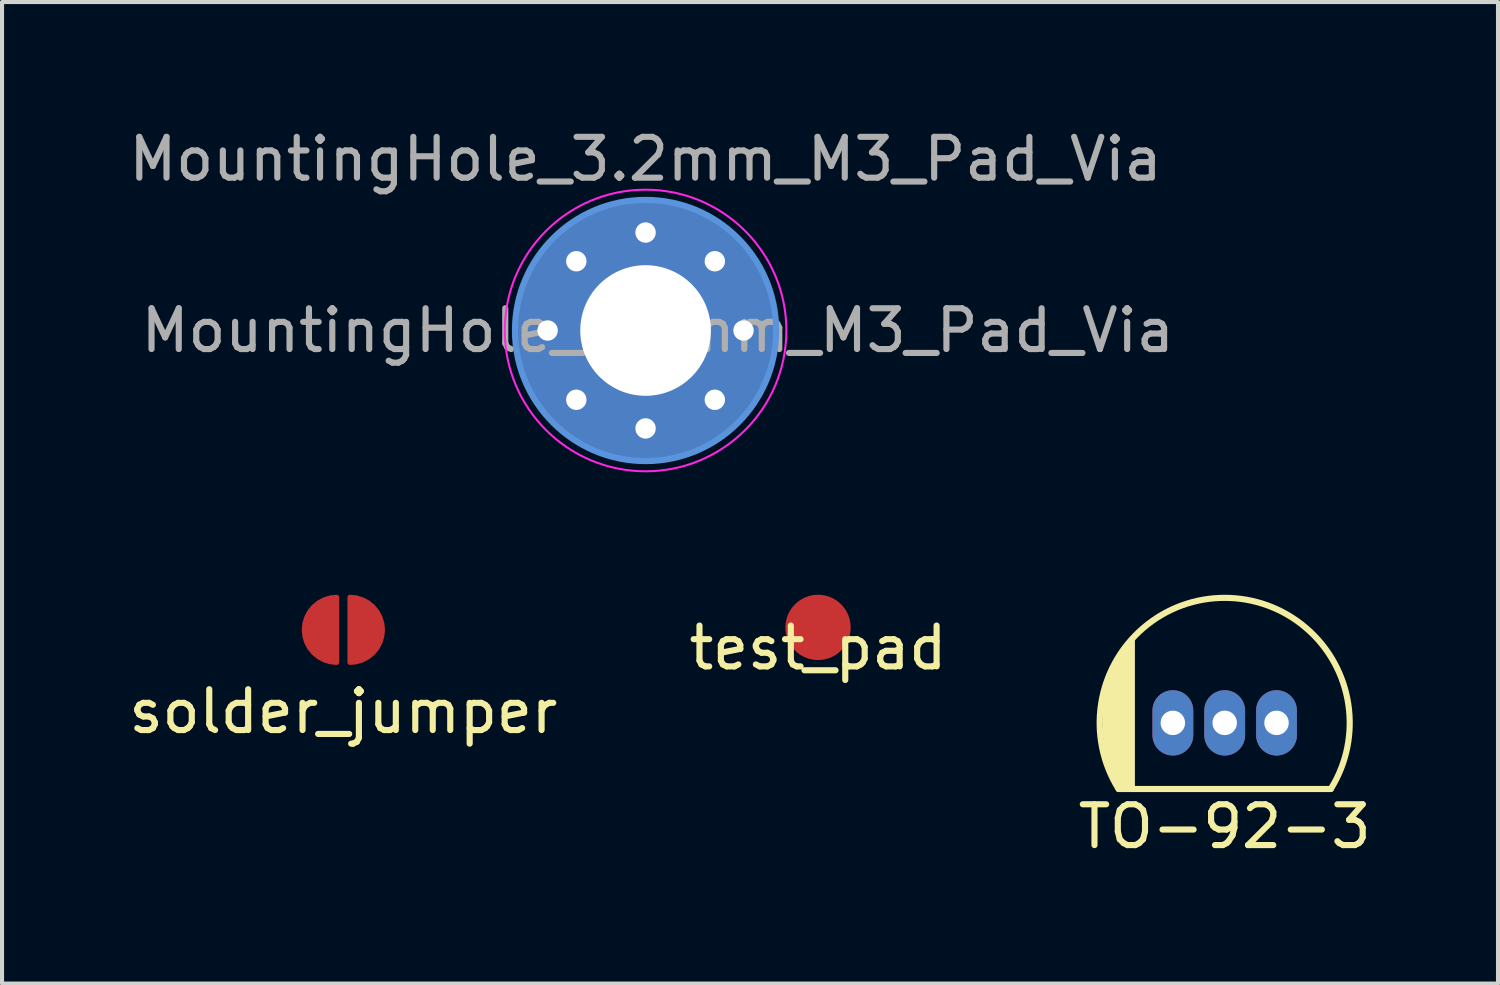
<source format=kicad_pcb>
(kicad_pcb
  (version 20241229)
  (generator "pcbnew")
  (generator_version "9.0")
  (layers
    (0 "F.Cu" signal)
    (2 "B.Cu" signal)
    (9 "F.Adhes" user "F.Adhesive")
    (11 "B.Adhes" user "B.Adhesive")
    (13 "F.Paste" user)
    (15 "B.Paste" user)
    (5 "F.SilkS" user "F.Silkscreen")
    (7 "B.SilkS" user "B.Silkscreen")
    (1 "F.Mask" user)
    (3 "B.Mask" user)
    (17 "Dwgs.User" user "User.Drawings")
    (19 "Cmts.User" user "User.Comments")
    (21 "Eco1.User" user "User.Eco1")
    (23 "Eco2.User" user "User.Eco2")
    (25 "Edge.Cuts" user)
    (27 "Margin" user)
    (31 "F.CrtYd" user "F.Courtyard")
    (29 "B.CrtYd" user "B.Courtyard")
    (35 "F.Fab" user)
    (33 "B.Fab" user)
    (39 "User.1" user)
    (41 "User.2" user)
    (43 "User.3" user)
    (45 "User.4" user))
  (footprint "TO-92-3"
    (layer "F.Cu")
    (at 26.958 14.662)
    (property "Reference" "TO-92-3" (at 0 2.54 0) (layer "F.SilkS") (effects (font (size 1 1) (thickness 0.15))))
    (attr through_hole)
    (fp_line (start -2.6 1.62) (end 2.6 1.62) (stroke (width 0.15) (type solid)) (layer "F.SilkS"))
    (fp_arc (start -2.599999 1.62) (mid 0 -3.063396) (end 2.599999 1.619999) (stroke (width 0.15) (type solid)) (layer "F.SilkS"))
    (fp_poly (pts (xy -2.6 1.62) (xy -2.9 1) (xy -3 0.2) (xy -3 -0.6) (xy -2.7 -1.5) (xy -2.2 -2.1) (xy -2.2 1.6)) (stroke (width 0) (type solid)) (fill yes) (layer "F.SilkS"))
    (pad "1" thru_hole oval (at -1.27 0) (size 1 1.6) (drill 0.6) (layers "*.Cu" "*.Mask"))
    (pad "2" thru_hole oval (at 0 0) (size 1 1.6) (drill 0.6) (layers "*.Cu" "*.Mask"))
    (pad "3" thru_hole oval (at 1.27 0) (size 1 1.6) (drill 0.6) (layers "*.Cu" "*.Mask")))
  (footprint "solder_jumper"
    (layer "F.Cu")
    (at 5.363 12.383)
    (property "Reference" "solder_jumper" (at 0 2 0) (layer "F.SilkS") (effects (font (size 1 1) (thickness 0.15))))
    (attr smd)
    (fp_poly (pts (xy -0.1 -0.8) (xy 0.1 -0.8) (xy 0.1 0.8) (xy -0.1 0.8)) (stroke (width 0.1) (type solid)) (fill yes) (layer "F.Mask"))
    (pad "1" smd custom (at -0.66 0) (size 0.1 0.1) (layers "F.Cu" "F.Mask") (options (anchor circle)) (primitives (gr_arc (start 0.5 0.8) (mid -0.3 0) (end 0.5 -0.8) (width 0.12)) (gr_arc (start 0.5 0.7) (mid -0.2 0) (end 0.5 -0.7) (width 0.12)) (gr_arc (start 0.5 0.6) (mid -0.1 0) (end 0.5 -0.6) (width 0.12)) (gr_poly (pts (xy 0.5 -0.8) (xy -0.25 0) (xy 0.5 0.8)) (width 0.12) (fill yes))))
    (pad "2" smd custom (at 0.66 0 180) (size 0.1 0.1) (layers "F.Cu" "F.Mask") (options (anchor circle)) (primitives (gr_arc (start 0.5 0.8) (mid -0.3 0) (end 0.5 -0.8) (width 0.12)) (gr_arc (start 0.5 0.7) (mid -0.2 0) (end 0.5 -0.7) (width 0.12)) (gr_arc (start 0.5 0.6) (mid -0.1 0) (end 0.5 -0.6) (width 0.12)) (gr_poly (pts (xy 0.5 -0.8) (xy -0.25 0) (xy 0.5 0.8)) (width 0.12) (fill yes)))))
  (footprint "test_pad"
    (layer "F.Cu")
    (at 16.994 12.323)
    (property "Reference" "test_pad" (at 0 0.5 0) (layer "F.SilkS") (effects (font (size 1 1) (thickness 0.15))))
    (attr smd)
    (pad "1" smd circle (at 0 0) (size 1.6 1.6) (layers "F.Cu" "F.Mask")))
  (footprint "MountingHole_3.2mm_M3_Pad_Via"
    (layer "F.Cu")
    (at 12.768 5.048)
    (property "Reference" "MountingHole_3.2mm_M3_Pad_Via" (at 0 -4.2 0) (layer "F.Fab") (effects (font (size 1 1) (thickness 0.15))))
    (attr exclude_from_pos_files exclude_from_bom)
    (fp_circle (center 0 0) (end 3.2 0) (stroke (width 0.15) (type solid)) (fill no) (layer "Cmts.User"))
    (fp_circle (center 0 0) (end 3.45 0) (stroke (width 0.05) (type solid)) (fill no) (layer "F.CrtYd"))
    (fp_text user "${REFERENCE}" (at 0.3 0 0) (layer "F.Fab") (effects (font (size 1 1) (thickness 0.15))))
    (pad "1" thru_hole circle (at -2.4 0) (size 0.8 0.8) (drill 0.5) (layers "*.Cu" "*.Mask"))
    (pad "1" thru_hole circle (at -1.697 -1.697) (size 0.8 0.8) (drill 0.5) (layers "*.Cu" "*.Mask"))
    (pad "1" thru_hole circle (at -1.697 1.697) (size 0.8 0.8) (drill 0.5) (layers "*.Cu" "*.Mask"))
    (pad "1" thru_hole circle (at 0 -2.4) (size 0.8 0.8) (drill 0.5) (layers "*.Cu" "*.Mask"))
    (pad "1" thru_hole circle (at 0 0) (size 6.4 6.4) (drill 3.2) (layers "*.Cu" "*.Mask"))
    (pad "1" thru_hole circle (at 0 2.4) (size 0.8 0.8) (drill 0.5) (layers "*.Cu" "*.Mask"))
    (pad "1" thru_hole circle (at 1.697 -1.697) (size 0.8 0.8) (drill 0.5) (layers "*.Cu" "*.Mask"))
    (pad "1" thru_hole circle (at 1.697 1.697) (size 0.8 0.8) (drill 0.5) (layers "*.Cu" "*.Mask"))
    (pad "1" thru_hole circle (at 2.4 0) (size 0.8 0.8) (drill 0.5) (layers "*.Cu" "*.Mask")))
  (gr_rect
    (start -3 -3)
    (end 33.655 21.05)
    (stroke (width 0.1) (type default))
    (fill no)
    (layer "Edge.Cuts")))
</source>
